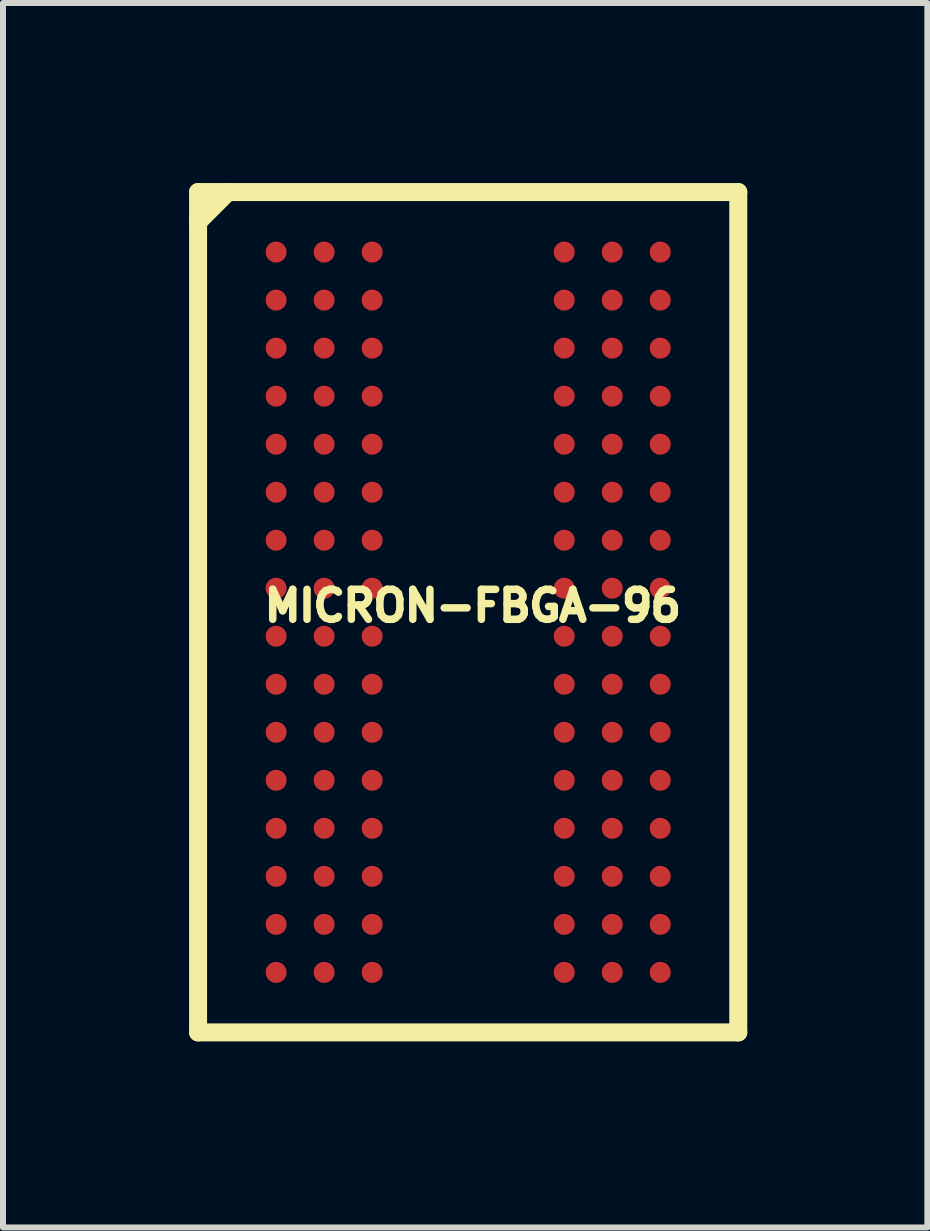
<source format=kicad_pcb>
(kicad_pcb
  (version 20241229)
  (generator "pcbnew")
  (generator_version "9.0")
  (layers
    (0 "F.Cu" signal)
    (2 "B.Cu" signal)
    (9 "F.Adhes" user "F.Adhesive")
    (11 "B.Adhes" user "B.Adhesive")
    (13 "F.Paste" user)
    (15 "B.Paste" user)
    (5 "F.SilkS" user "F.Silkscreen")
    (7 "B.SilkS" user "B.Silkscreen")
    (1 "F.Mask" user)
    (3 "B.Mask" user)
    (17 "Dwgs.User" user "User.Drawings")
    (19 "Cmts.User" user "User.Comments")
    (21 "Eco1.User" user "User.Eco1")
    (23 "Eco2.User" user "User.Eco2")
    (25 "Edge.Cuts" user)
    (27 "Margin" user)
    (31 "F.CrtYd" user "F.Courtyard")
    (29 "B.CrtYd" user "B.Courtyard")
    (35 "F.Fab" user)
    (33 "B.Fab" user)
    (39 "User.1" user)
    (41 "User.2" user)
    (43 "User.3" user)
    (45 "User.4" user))
  (footprint "MICRON-FBGA-96"
    (layer "F.Cu")
    (at 0.25 14.15)
    (property "Reference" "MICRON-FBGA-96" (at 4.577 -7.107 0) (layer "F.SilkS") (effects (font (size 0.5 0.5) (thickness 0.125))))
    (attr smd)
    (fp_line (start 0 -14) (end 0 0) (stroke (width 0.3) (type solid)) (layer "F.SilkS"))
    (fp_line (start 0 -14) (end 9 -14) (stroke (width 0.3) (type solid)) (layer "F.SilkS"))
    (fp_line (start 0 -13.5) (end 0.5 -14) (stroke (width 0.3) (type solid)) (layer "F.SilkS"))
    (fp_line (start 0 0) (end 9 0) (stroke (width 0.3) (type solid)) (layer "F.SilkS"))
    (fp_line (start 9 -14) (end 9 0) (stroke (width 0.3) (type solid)) (layer "F.SilkS"))
    (pad "A1" smd circle (at 1.3 -13) (size 0.35 0.35) (layers "F.Cu" "F.Mask" "F.Paste"))
    (pad "A2" smd circle (at 2.1 -13) (size 0.35 0.35) (layers "F.Cu" "F.Mask" "F.Paste"))
    (pad "A3" smd circle (at 2.9 -13) (size 0.35 0.35) (layers "F.Cu" "F.Mask" "F.Paste"))
    (pad "A7" smd circle (at 6.1 -13) (size 0.35 0.35) (layers "F.Cu" "F.Mask" "F.Paste"))
    (pad "A8" smd circle (at 6.9 -13) (size 0.35 0.35) (layers "F.Cu" "F.Mask" "F.Paste"))
    (pad "A9" smd circle (at 7.7 -13) (size 0.35 0.35) (layers "F.Cu" "F.Mask" "F.Paste"))
    (pad "B1" smd circle (at 1.3 -12.2) (size 0.35 0.35) (layers "F.Cu" "F.Mask" "F.Paste"))
    (pad "B2" smd circle (at 2.1 -12.2) (size 0.35 0.35) (layers "F.Cu" "F.Mask" "F.Paste"))
    (pad "B3" smd circle (at 2.9 -12.2) (size 0.35 0.35) (layers "F.Cu" "F.Mask" "F.Paste"))
    (pad "B7" smd circle (at 6.1 -12.2) (size 0.35 0.35) (layers "F.Cu" "F.Mask" "F.Paste"))
    (pad "B8" smd circle (at 6.9 -12.2) (size 0.35 0.35) (layers "F.Cu" "F.Mask" "F.Paste"))
    (pad "B9" smd circle (at 7.7 -12.2) (size 0.35 0.35) (layers "F.Cu" "F.Mask" "F.Paste"))
    (pad "C1" smd circle (at 1.3 -11.4) (size 0.35 0.35) (layers "F.Cu" "F.Mask" "F.Paste"))
    (pad "C2" smd circle (at 2.1 -11.4) (size 0.35 0.35) (layers "F.Cu" "F.Mask" "F.Paste"))
    (pad "C3" smd circle (at 2.9 -11.4) (size 0.35 0.35) (layers "F.Cu" "F.Mask" "F.Paste"))
    (pad "C7" smd circle (at 6.1 -11.4) (size 0.35 0.35) (layers "F.Cu" "F.Mask" "F.Paste"))
    (pad "C8" smd circle (at 6.9 -11.4) (size 0.35 0.35) (layers "F.Cu" "F.Mask" "F.Paste"))
    (pad "C9" smd circle (at 7.7 -11.4) (size 0.35 0.35) (layers "F.Cu" "F.Mask" "F.Paste"))
    (pad "D1" smd circle (at 1.3 -10.6) (size 0.35 0.35) (layers "F.Cu" "F.Mask" "F.Paste"))
    (pad "D2" smd circle (at 2.1 -10.6) (size 0.35 0.35) (layers "F.Cu" "F.Mask" "F.Paste"))
    (pad "D3" smd circle (at 2.9 -10.6) (size 0.35 0.35) (layers "F.Cu" "F.Mask" "F.Paste"))
    (pad "D7" smd circle (at 6.1 -10.6) (size 0.35 0.35) (layers "F.Cu" "F.Mask" "F.Paste"))
    (pad "D8" smd circle (at 6.9 -10.6) (size 0.35 0.35) (layers "F.Cu" "F.Mask" "F.Paste"))
    (pad "D9" smd circle (at 7.7 -10.6) (size 0.35 0.35) (layers "F.Cu" "F.Mask" "F.Paste"))
    (pad "E1" smd circle (at 1.3 -9.8) (size 0.35 0.35) (layers "F.Cu" "F.Mask" "F.Paste"))
    (pad "E2" smd circle (at 2.1 -9.8) (size 0.35 0.35) (layers "F.Cu" "F.Mask" "F.Paste"))
    (pad "E3" smd circle (at 2.9 -9.8) (size 0.35 0.35) (layers "F.Cu" "F.Mask" "F.Paste"))
    (pad "E7" smd circle (at 6.1 -9.8) (size 0.35 0.35) (layers "F.Cu" "F.Mask" "F.Paste"))
    (pad "E8" smd circle (at 6.9 -9.8) (size 0.35 0.35) (layers "F.Cu" "F.Mask" "F.Paste"))
    (pad "E9" smd circle (at 7.7 -9.8) (size 0.35 0.35) (layers "F.Cu" "F.Mask" "F.Paste"))
    (pad "F1" smd circle (at 1.3 -9) (size 0.35 0.35) (layers "F.Cu" "F.Mask" "F.Paste"))
    (pad "F2" smd circle (at 2.1 -9) (size 0.35 0.35) (layers "F.Cu" "F.Mask" "F.Paste"))
    (pad "F3" smd circle (at 2.9 -9) (size 0.35 0.35) (layers "F.Cu" "F.Mask" "F.Paste"))
    (pad "F7" smd circle (at 6.1 -9) (size 0.35 0.35) (layers "F.Cu" "F.Mask" "F.Paste"))
    (pad "F8" smd circle (at 6.9 -9) (size 0.35 0.35) (layers "F.Cu" "F.Mask" "F.Paste"))
    (pad "F9" smd circle (at 7.7 -9) (size 0.35 0.35) (layers "F.Cu" "F.Mask" "F.Paste"))
    (pad "G1" smd circle (at 1.3 -8.2) (size 0.35 0.35) (layers "F.Cu" "F.Mask" "F.Paste"))
    (pad "G2" smd circle (at 2.1 -8.2) (size 0.35 0.35) (layers "F.Cu" "F.Mask" "F.Paste"))
    (pad "G3" smd circle (at 2.9 -8.2) (size 0.35 0.35) (layers "F.Cu" "F.Mask" "F.Paste"))
    (pad "G7" smd circle (at 6.1 -8.2) (size 0.35 0.35) (layers "F.Cu" "F.Mask" "F.Paste"))
    (pad "G8" smd circle (at 6.9 -8.2) (size 0.35 0.35) (layers "F.Cu" "F.Mask" "F.Paste"))
    (pad "G9" smd circle (at 7.7 -8.2) (size 0.35 0.35) (layers "F.Cu" "F.Mask" "F.Paste"))
    (pad "H1" smd circle (at 1.3 -7.4) (size 0.35 0.35) (layers "F.Cu" "F.Mask" "F.Paste"))
    (pad "H2" smd circle (at 2.1 -7.4) (size 0.35 0.35) (layers "F.Cu" "F.Mask" "F.Paste"))
    (pad "H3" smd circle (at 2.9 -7.4) (size 0.35 0.35) (layers "F.Cu" "F.Mask" "F.Paste"))
    (pad "H7" smd circle (at 6.1 -7.4) (size 0.35 0.35) (layers "F.Cu" "F.Mask" "F.Paste"))
    (pad "H8" smd circle (at 6.9 -7.4) (size 0.35 0.35) (layers "F.Cu" "F.Mask" "F.Paste"))
    (pad "H9" smd circle (at 7.7 -7.4) (size 0.35 0.35) (layers "F.Cu" "F.Mask" "F.Paste"))
    (pad "J1" smd circle (at 1.3 -6.6) (size 0.35 0.35) (layers "F.Cu" "F.Mask" "F.Paste"))
    (pad "J2" smd circle (at 2.1 -6.6) (size 0.35 0.35) (layers "F.Cu" "F.Mask" "F.Paste"))
    (pad "J3" smd circle (at 2.9 -6.6) (size 0.35 0.35) (layers "F.Cu" "F.Mask" "F.Paste"))
    (pad "J7" smd circle (at 6.1 -6.6) (size 0.35 0.35) (layers "F.Cu" "F.Mask" "F.Paste"))
    (pad "J8" smd circle (at 6.9 -6.6) (size 0.35 0.35) (layers "F.Cu" "F.Mask" "F.Paste"))
    (pad "J9" smd circle (at 7.7 -6.6) (size 0.35 0.35) (layers "F.Cu" "F.Mask" "F.Paste"))
    (pad "K1" smd circle (at 1.3 -5.8) (size 0.35 0.35) (layers "F.Cu" "F.Mask" "F.Paste"))
    (pad "K2" smd circle (at 2.1 -5.8) (size 0.35 0.35) (layers "F.Cu" "F.Mask" "F.Paste"))
    (pad "K3" smd circle (at 2.9 -5.8) (size 0.35 0.35) (layers "F.Cu" "F.Mask" "F.Paste"))
    (pad "K7" smd circle (at 6.1 -5.8) (size 0.35 0.35) (layers "F.Cu" "F.Mask" "F.Paste"))
    (pad "K8" smd circle (at 6.9 -5.8) (size 0.35 0.35) (layers "F.Cu" "F.Mask" "F.Paste"))
    (pad "K9" smd circle (at 7.7 -5.8) (size 0.35 0.35) (layers "F.Cu" "F.Mask" "F.Paste"))
    (pad "L1" smd circle (at 1.3 -5) (size 0.35 0.35) (layers "F.Cu" "F.Mask" "F.Paste"))
    (pad "L2" smd circle (at 2.1 -5) (size 0.35 0.35) (layers "F.Cu" "F.Mask" "F.Paste"))
    (pad "L3" smd circle (at 2.9 -5) (size 0.35 0.35) (layers "F.Cu" "F.Mask" "F.Paste"))
    (pad "L7" smd circle (at 6.1 -5) (size 0.35 0.35) (layers "F.Cu" "F.Mask" "F.Paste"))
    (pad "L8" smd circle (at 6.9 -5) (size 0.35 0.35) (layers "F.Cu" "F.Mask" "F.Paste"))
    (pad "L9" smd circle (at 7.7 -5) (size 0.35 0.35) (layers "F.Cu" "F.Mask" "F.Paste"))
    (pad "M1" smd circle (at 1.3 -4.2) (size 0.35 0.35) (layers "F.Cu" "F.Mask" "F.Paste"))
    (pad "M2" smd circle (at 2.1 -4.2) (size 0.35 0.35) (layers "F.Cu" "F.Mask" "F.Paste"))
    (pad "M3" smd circle (at 2.9 -4.2) (size 0.35 0.35) (layers "F.Cu" "F.Mask" "F.Paste"))
    (pad "M7" smd circle (at 6.1 -4.2) (size 0.35 0.35) (layers "F.Cu" "F.Mask" "F.Paste"))
    (pad "M8" smd circle (at 6.9 -4.2) (size 0.35 0.35) (layers "F.Cu" "F.Mask" "F.Paste"))
    (pad "M9" smd circle (at 7.7 -4.2) (size 0.35 0.35) (layers "F.Cu" "F.Mask" "F.Paste"))
    (pad "N1" smd circle (at 1.3 -3.4) (size 0.35 0.35) (layers "F.Cu" "F.Mask" "F.Paste"))
    (pad "N2" smd circle (at 2.1 -3.4) (size 0.35 0.35) (layers "F.Cu" "F.Mask" "F.Paste"))
    (pad "N3" smd circle (at 2.9 -3.4) (size 0.35 0.35) (layers "F.Cu" "F.Mask" "F.Paste"))
    (pad "N7" smd circle (at 6.1 -3.4) (size 0.35 0.35) (layers "F.Cu" "F.Mask" "F.Paste"))
    (pad "N8" smd circle (at 6.9 -3.4) (size 0.35 0.35) (layers "F.Cu" "F.Mask" "F.Paste"))
    (pad "N9" smd circle (at 7.7 -3.4) (size 0.35 0.35) (layers "F.Cu" "F.Mask" "F.Paste"))
    (pad "P1" smd circle (at 1.3 -2.6) (size 0.35 0.35) (layers "F.Cu" "F.Mask" "F.Paste"))
    (pad "P2" smd circle (at 2.1 -2.6) (size 0.35 0.35) (layers "F.Cu" "F.Mask" "F.Paste"))
    (pad "P3" smd circle (at 2.9 -2.6) (size 0.35 0.35) (layers "F.Cu" "F.Mask" "F.Paste"))
    (pad "P7" smd circle (at 6.1 -2.6) (size 0.35 0.35) (layers "F.Cu" "F.Mask" "F.Paste"))
    (pad "P8" smd circle (at 6.9 -2.6) (size 0.35 0.35) (layers "F.Cu" "F.Mask" "F.Paste"))
    (pad "P9" smd circle (at 7.7 -2.6) (size 0.35 0.35) (layers "F.Cu" "F.Mask" "F.Paste"))
    (pad "R1" smd circle (at 1.3 -1.8) (size 0.35 0.35) (layers "F.Cu" "F.Mask" "F.Paste"))
    (pad "R2" smd circle (at 2.1 -1.8) (size 0.35 0.35) (layers "F.Cu" "F.Mask" "F.Paste"))
    (pad "R3" smd circle (at 2.9 -1.8) (size 0.35 0.35) (layers "F.Cu" "F.Mask" "F.Paste"))
    (pad "R7" smd circle (at 6.1 -1.8) (size 0.35 0.35) (layers "F.Cu" "F.Mask" "F.Paste"))
    (pad "R8" smd circle (at 6.9 -1.8) (size 0.35 0.35) (layers "F.Cu" "F.Mask" "F.Paste"))
    (pad "R9" smd circle (at 7.7 -1.8) (size 0.35 0.35) (layers "F.Cu" "F.Mask" "F.Paste"))
    (pad "T1" smd circle (at 1.3 -1) (size 0.35 0.35) (layers "F.Cu" "F.Mask" "F.Paste"))
    (pad "T2" smd circle (at 2.1 -1) (size 0.35 0.35) (layers "F.Cu" "F.Mask" "F.Paste"))
    (pad "T3" smd circle (at 2.9 -1) (size 0.35 0.35) (layers "F.Cu" "F.Mask" "F.Paste"))
    (pad "T7" smd circle (at 6.1 -1) (size 0.35 0.35) (layers "F.Cu" "F.Mask" "F.Paste"))
    (pad "T8" smd circle (at 6.9 -1) (size 0.35 0.35) (layers "F.Cu" "F.Mask" "F.Paste"))
    (pad "T9" smd circle (at 7.7 -1) (size 0.35 0.35) (layers "F.Cu" "F.Mask" "F.Paste")))
  (gr_rect
    (start -3 -3)
    (end 12.4 17.4)
    (stroke (width 0.1) (type default))
    (fill no)
    (layer "Edge.Cuts")))
</source>
